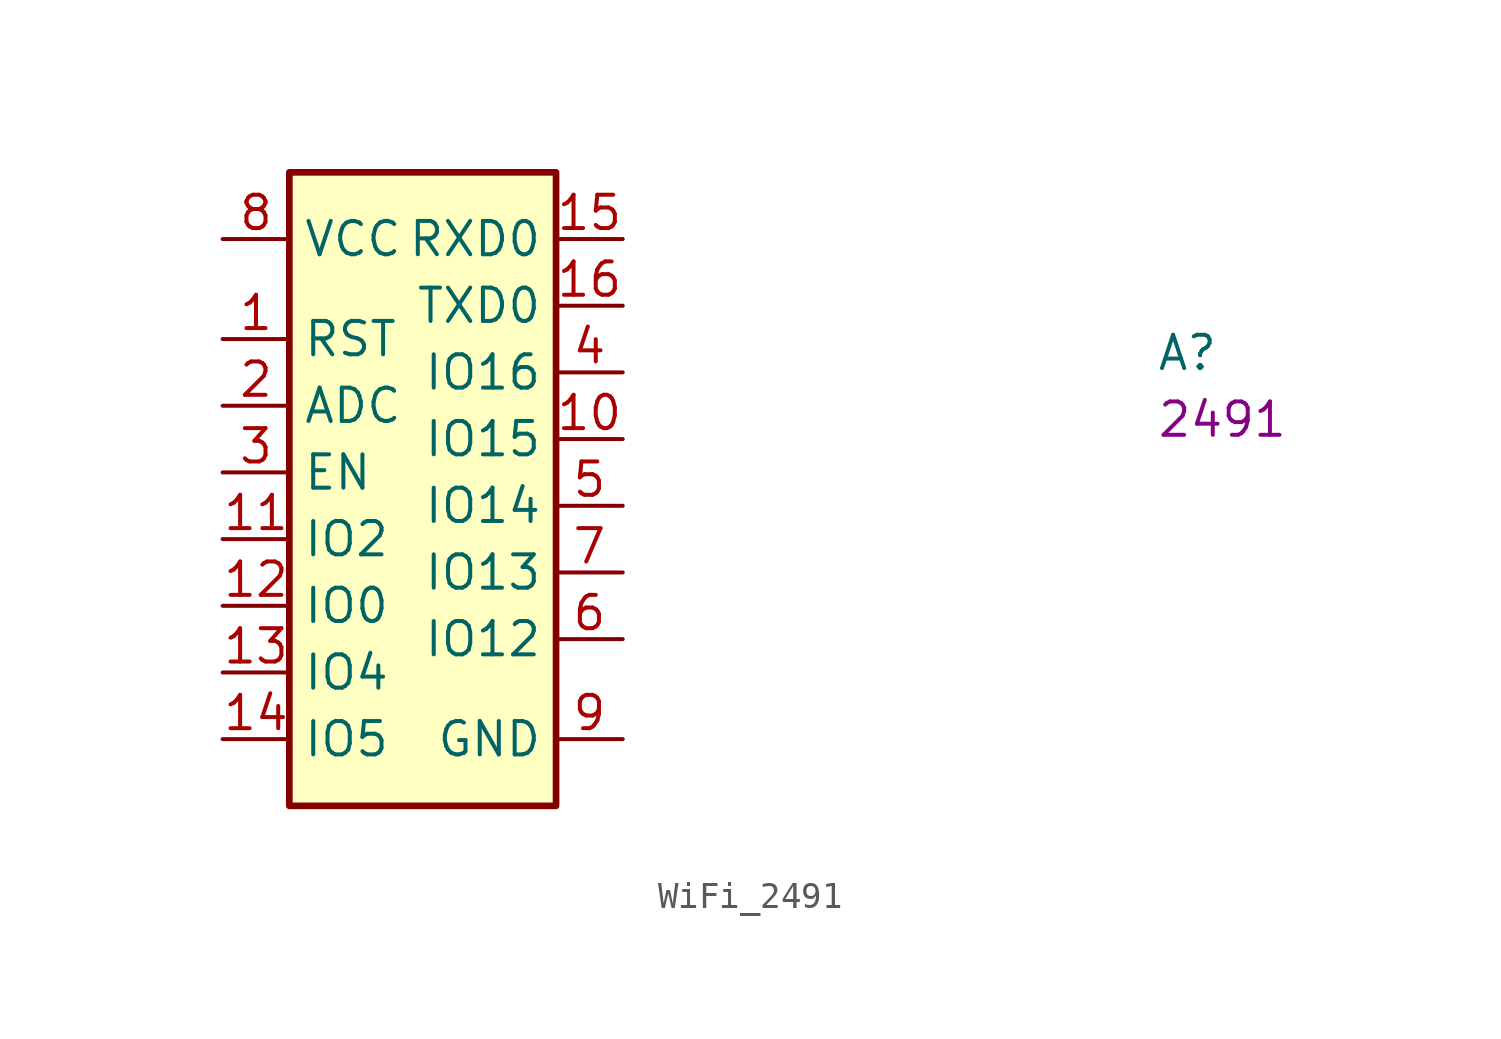
<source format=kicad_sym>
(kicad_symbol_lib
  (version 20220914)
  (generator kicad_symbol_editor)
  (symbol "WiFi_2491"
    (property "Reference" "A"
      (at 35.56 -5.08 0)
      (effects (font (size 1.27 1.27) (thickness 0.15)) (justify left bottom)))
    (property "MPN" "2491"
      (at 35.56 -7.62 0)
      (effects (font (size 1.27 1.27) (thickness 0.15)) (justify left bottom)))
    (symbol "WiFi_2491_1_1"
      (rectangle (start 2.54 2.54) (end 12.7 -21.59) (stroke (width 0.254) (type default)) (fill (type background)))
      (pin input line (at 0 -3.81 0) (length 2.54) (name "RST" (effects (font (size 1.27 1.27)))) (number "1" (effects (font (size 1.27 1.27)))))
      (pin bidirectional line (at 15.24 -7.62 180) (length 2.54) (name "IO15" (effects (font (size 1.27 1.27)))) (number "10" (effects (font (size 1.27 1.27)))))
      (pin bidirectional line (at 0 -11.43 0) (length 2.54) (name "IO2" (effects (font (size 1.27 1.27)))) (number "11" (effects (font (size 1.27 1.27)))))
      (pin bidirectional line (at 0 -13.97 0) (length 2.54) (name "IO0" (effects (font (size 1.27 1.27)))) (number "12" (effects (font (size 1.27 1.27)))))
      (pin bidirectional line (at 0 -16.51 0) (length 2.54) (name "IO4" (effects (font (size 1.27 1.27)))) (number "13" (effects (font (size 1.27 1.27)))))
      (pin bidirectional line (at 0 -19.05 0) (length 2.54) (name "IO5" (effects (font (size 1.27 1.27)))) (number "14" (effects (font (size 1.27 1.27)))))
      (pin output line (at 15.24 0 180) (length 2.54) (name "RXD0" (effects (font (size 1.27 1.27)))) (number "15" (effects (font (size 1.27 1.27)))))
      (pin output line (at 15.24 -2.54 180) (length 2.54) (name "TXD0" (effects (font (size 1.27 1.27)))) (number "16" (effects (font (size 1.27 1.27)))))
      (pin input line (at 0 -6.35 0) (length 2.54) (name "ADC" (effects (font (size 1.27 1.27)))) (number "2" (effects (font (size 1.27 1.27)))))
      (pin input line (at 0 -8.89 0) (length 2.54) (name "EN" (effects (font (size 1.27 1.27)))) (number "3" (effects (font (size 1.27 1.27)))))
      (pin bidirectional line (at 15.24 -5.08 180) (length 2.54) (name "IO16" (effects (font (size 1.27 1.27)))) (number "4" (effects (font (size 1.27 1.27)))))
      (pin bidirectional line (at 15.24 -10.16 180) (length 2.54) (name "IO14" (effects (font (size 1.27 1.27)))) (number "5" (effects (font (size 1.27 1.27)))))
      (pin bidirectional line (at 15.24 -15.24 180) (length 2.54) (name "IO12" (effects (font (size 1.27 1.27)))) (number "6" (effects (font (size 1.27 1.27)))))
      (pin bidirectional line (at 15.24 -12.7 180) (length 2.54) (name "IO13" (effects (font (size 1.27 1.27)))) (number "7" (effects (font (size 1.27 1.27)))))
      (pin power_in line (at 0 0 0) (length 2.54) (name "VCC" (effects (font (size 1.27 1.27)))) (number "8" (effects (font (size 1.27 1.27)))))
      (pin power_in line (at 15.24 -19.05 180) (length 2.54) (name "GND" (effects (font (size 1.27 1.27)))) (number "9" (effects (font (size 1.27 1.27))))))))
</source>
